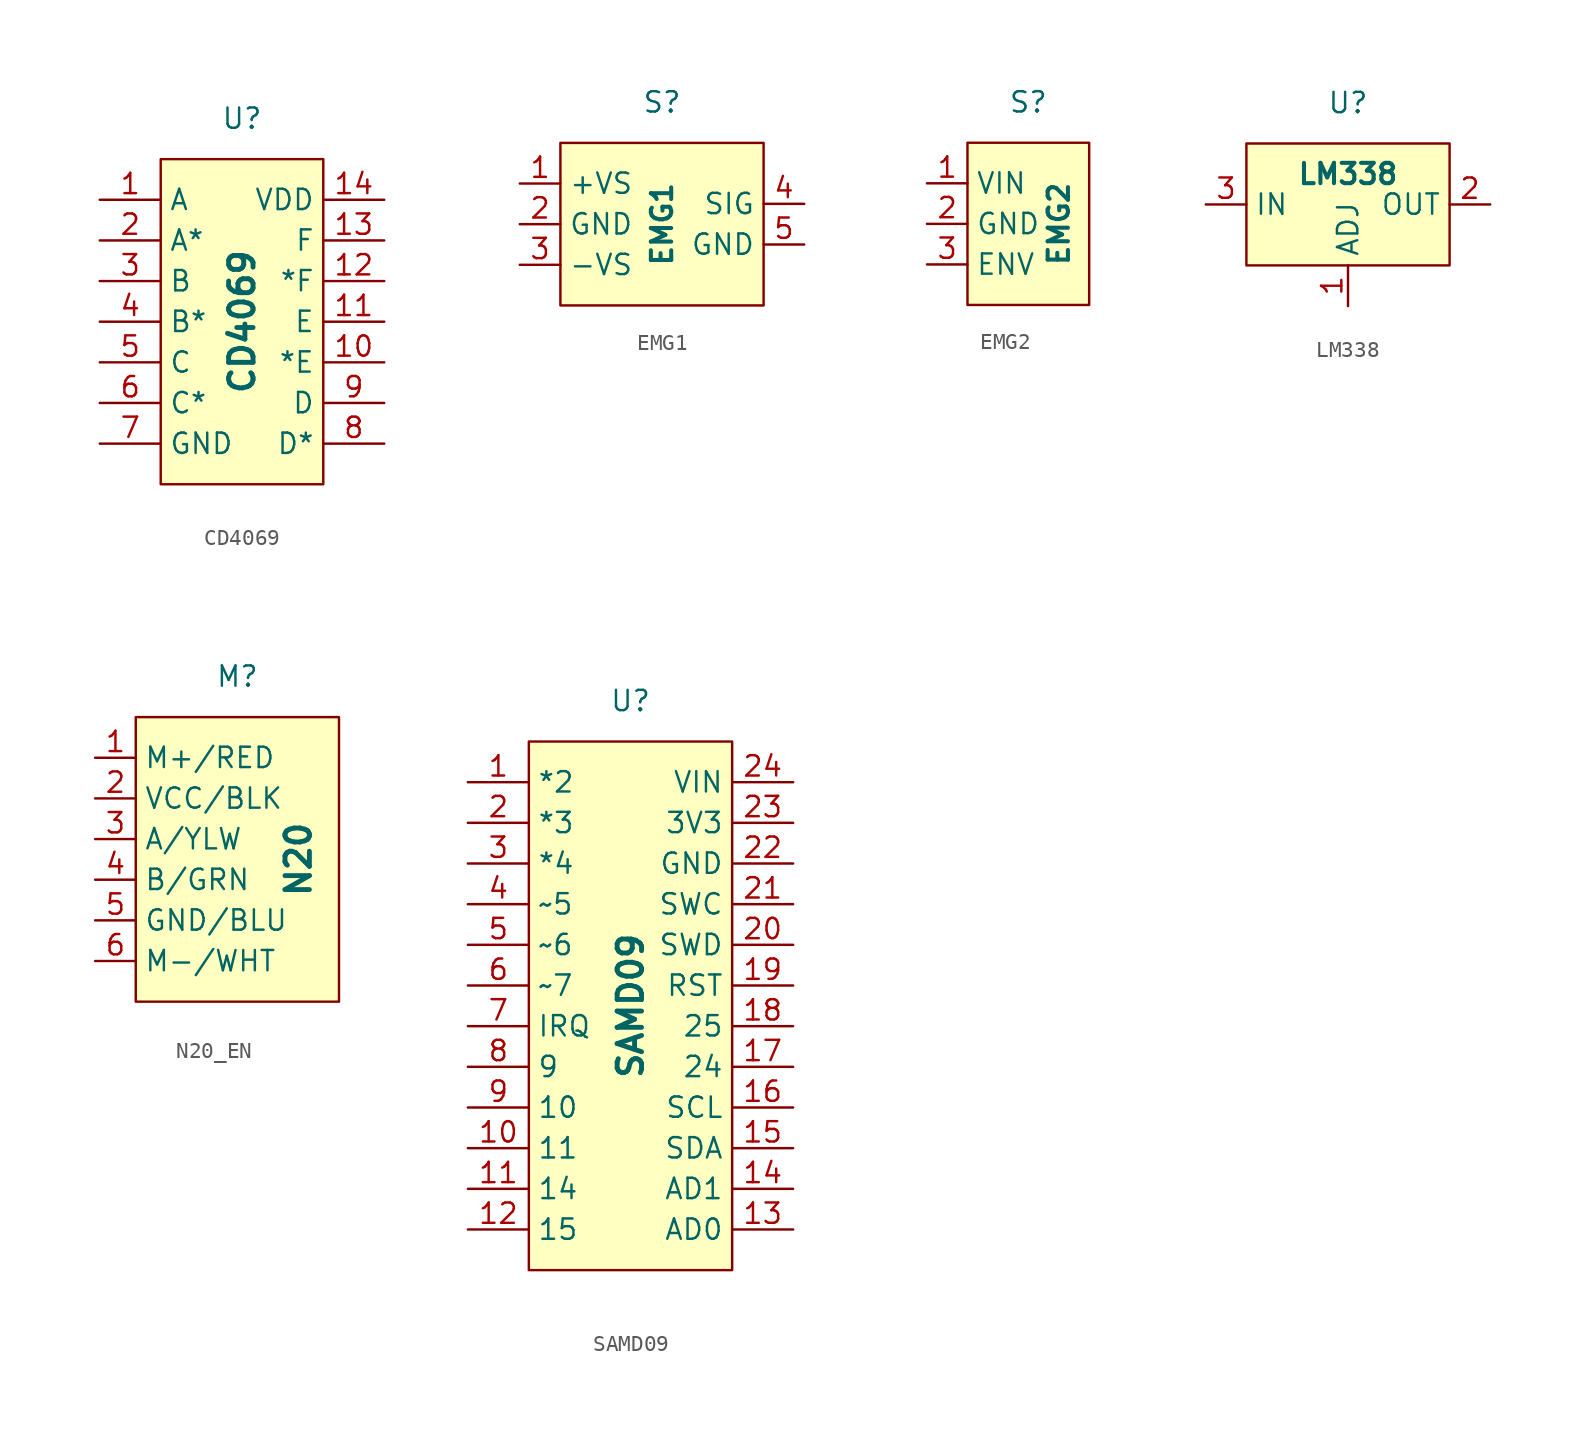
<source format=kicad_sym>
(kicad_symbol_lib
  (version 20231120)
  (generator "kicad_symbol_editor")
  (generator_version "8.0")
  (symbol "CD4069"
    (property "Reference" "U"
      (at 0 12.7 0)
      (effects (font (size 1.27 1.27))))
    (property "Value" "CD4069"
      (at 0 0 90)
      (do_not_autoplace)
      (effects (font (size 1.524 1.524) (bold yes))))
    (symbol "CD4069_1_1"
      (rectangle (start -5.08 10.16) (end 5.08 -10.16) (stroke (width 0) (type default)) (fill (type background)))
      (pin input line (at -8.89 7.62 0) (length 3.81) (name "A" (effects (font (size 1.27 1.27)))) (number "1" (effects (font (size 1.27 1.27)))))
      (pin output line (at 8.89 -2.54 180) (length 3.81) (name "*E" (effects (font (size 1.27 1.27)))) (number "10" (effects (font (size 1.27 1.27)))))
      (pin input line (at 8.89 0 180) (length 3.81) (name "E" (effects (font (size 1.27 1.27)))) (number "11" (effects (font (size 1.27 1.27)))))
      (pin output line (at 8.89 2.54 180) (length 3.81) (name "*F" (effects (font (size 1.27 1.27)))) (number "12" (effects (font (size 1.27 1.27)))))
      (pin input line (at 8.89 5.08 180) (length 3.81) (name "F" (effects (font (size 1.27 1.27)))) (number "13" (effects (font (size 1.27 1.27)))))
      (pin power_in line (at 8.89 7.62 180) (length 3.81) (name "VDD" (effects (font (size 1.27 1.27)))) (number "14" (effects (font (size 1.27 1.27)))))
      (pin output line (at -8.89 5.08 0) (length 3.81) (name "A*" (effects (font (size 1.27 1.27)))) (number "2" (effects (font (size 1.27 1.27)))))
      (pin input line (at -8.89 2.54 0) (length 3.81) (name "B" (effects (font (size 1.27 1.27)))) (number "3" (effects (font (size 1.27 1.27)))))
      (pin output line (at -8.89 0 0) (length 3.81) (name "B*" (effects (font (size 1.27 1.27)))) (number "4" (effects (font (size 1.27 1.27)))))
      (pin input line (at -8.89 -2.54 0) (length 3.81) (name "C" (effects (font (size 1.27 1.27)))) (number "5" (effects (font (size 1.27 1.27)))))
      (pin output line (at -8.89 -5.08 0) (length 3.81) (name "C*" (effects (font (size 1.27 1.27)))) (number "6" (effects (font (size 1.27 1.27)))))
      (pin power_in line (at -8.89 -7.62 0) (length 3.81) (name "GND" (effects (font (size 1.27 1.27)))) (number "7" (effects (font (size 1.27 1.27)))))
      (pin output line (at 8.89 -7.62 180) (length 3.81) (name "D*" (effects (font (size 1.27 1.27)))) (number "8" (effects (font (size 1.27 1.27)))))
      (pin input line (at 8.89 -5.08 180) (length 3.81) (name "D" (effects (font (size 1.27 1.27)))) (number "9" (effects (font (size 1.27 1.27)))))))
  (symbol "EMG1"
    (property "Reference" "S"
      (at 0 7.62 0)
      (effects (font (size 1.27 1.27))))
    (property "Value" "EMG1"
      (at 0 0 90)
      (do_not_autoplace)
      (effects (font (size 1.27 1.27) (bold yes))))
    (symbol "EMG1_0_0"
      (pin power_in line (at -8.89 2.54 0) (length 2.54) (name "+VS" (effects (font (size 1.27 1.27)))) (number "1" (effects (font (size 1.27 1.27)))))
      (pin power_in line (at -8.89 0 0) (length 2.54) (name "GND" (effects (font (size 1.27 1.27)))) (number "2" (effects (font (size 1.27 1.27)))))
      (pin power_in line (at -8.89 -2.54 0) (length 2.54) (name "-VS" (effects (font (size 1.27 1.27)))) (number "3" (effects (font (size 1.27 1.27)))))
      (pin output line (at 8.89 1.27 180) (length 2.54) (name "SIG" (effects (font (size 1.27 1.27)))) (number "4" (effects (font (size 1.27 1.27)))))
      (pin power_in line (at 8.89 -1.27 180) (length 2.54) (name "GND" (effects (font (size 1.27 1.27)))) (number "5" (effects (font (size 1.27 1.27))))))
    (symbol "EMG1_1_1"
      (rectangle (start -6.35 5.08) (end 6.35 -5.08) (stroke (width 0) (type default)) (fill (type background)))))
  (symbol "EMG2"
    (property "Reference" "S"
      (at 0 7.62 0)
      (effects (font (size 1.27 1.27))))
    (property "Value" "EMG2"
      (at 1.905 0 90)
      (do_not_autoplace)
      (effects (font (size 1.27 1.27) (bold yes))))
    (symbol "EMG2_0_0"
      (pin power_in line (at -6.35 2.54 0) (length 2.54) (name "VIN" (effects (font (size 1.27 1.27)))) (number "1" (effects (font (size 1.27 1.27)))))
      (pin power_in line (at -6.35 0 0) (length 2.54) (name "GND" (effects (font (size 1.27 1.27)))) (number "2" (effects (font (size 1.27 1.27)))))
      (pin output line (at -6.35 -2.54 0) (length 2.54) (name "ENV" (effects (font (size 1.27 1.27)))) (number "3" (effects (font (size 1.27 1.27))))))
    (symbol "EMG2_1_1"
      (rectangle (start -3.81 5.08) (end 3.81 -5.08) (stroke (width 0) (type default)) (fill (type background)))))
  (symbol "LM338"
    (property "Reference" "U"
      (at 0 6.35 0)
      (effects (font (size 1.27 1.27))))
    (property "Value" "LM338"
      (at 0 1.905 0)
      (do_not_autoplace)
      (effects (font (size 1.27 1.27) (bold yes))))
    (symbol "LM338_0_0"
      (pin input line (at 0 -6.35 90) (length 2.54) (name "ADJ" (effects (font (size 1.27 1.27)))) (number "1" (effects (font (size 1.27 1.27))))))
    (symbol "LM338_1_0"
      (pin passive line (at 8.89 0 180) (length 2.54) (name "OUT" (effects (font (size 1.27 1.27)))) (number "2" (effects (font (size 1.27 1.27)))))
      (pin power_in line (at -8.89 0 0) (length 2.54) (name "IN" (effects (font (size 1.27 1.27)))) (number "3" (effects (font (size 1.27 1.27))))))
    (symbol "LM338_1_1"
      (rectangle (start -6.35 3.81) (end 6.35 -3.81) (stroke (width 0) (type default)) (fill (type background)))))
  (symbol "N20_EN"
    (property "Reference" "M"
      (at 0 11.43 0)
      (do_not_autoplace)
      (effects (font (size 1.27 1.27))))
    (property "Value" "N20"
      (at 3.81 0 90)
      (do_not_autoplace)
      (effects (font (size 1.524 1.524) (bold yes))))
    (symbol "N20_EN_0_0"
      (pin power_in line (at -8.89 3.81 0) (length 2.54) (name "VCC/BLK" (effects (font (size 1.27 1.27)))) (number "2" (effects (font (size 1.27 1.27)))))
      (pin output line (at -8.89 1.27 0) (length 2.54) (name "A/YLW" (effects (font (size 1.27 1.27)))) (number "3" (effects (font (size 1.27 1.27)))))
      (pin output line (at -8.89 -1.27 0) (length 2.54) (name "B/GRN" (effects (font (size 1.27 1.27)))) (number "4" (effects (font (size 1.27 1.27)))))
      (pin power_in line (at -8.89 -3.81 0) (length 2.54) (name "GND/BLU" (effects (font (size 1.27 1.27)))) (number "5" (effects (font (size 1.27 1.27))))))
    (symbol "N20_EN_1_0"
      (pin input line (at -8.89 6.35 0) (length 2.54) (name "M+/RED" (effects (font (size 1.27 1.27)))) (number "1" (effects (font (size 1.27 1.27)))))
      (pin input line (at -8.89 -6.35 0) (length 2.54) (name "M-/WHT" (effects (font (size 1.27 1.27)))) (number "6" (effects (font (size 1.27 1.27))))))
    (symbol "N20_EN_1_1"
      (rectangle (start -6.35 8.89) (end 6.35 -8.89) (stroke (width 0) (type default)) (fill (type background)))))
  (symbol "SAMD09"
    (property "Reference" "U"
      (at 0 19.05 0)
      (effects (font (size 1.27 1.27))))
    (property "Value" "SAMD09"
      (at 0 0 90)
      (do_not_autoplace)
      (effects (font (size 1.524 1.524) (bold yes))))
    (symbol "SAMD09_1_1"
      (rectangle (start -6.35 16.51) (end 6.35 -16.51) (stroke (width 0) (type default)) (fill (type background)))
      (pin input line (at -10.16 13.97 0) (length 3.81) (name "*2" (effects (font (size 1.27 1.27)))) (number "1" (effects (font (size 1.27 1.27)))))
      (pin bidirectional line (at -10.16 -8.89 0) (length 3.81) (name "11" (effects (font (size 1.27 1.27)))) (number "10" (effects (font (size 1.27 1.27)))))
      (pin bidirectional line (at -10.16 -11.43 0) (length 3.81) (name "14" (effects (font (size 1.27 1.27)))) (number "11" (effects (font (size 1.27 1.27)))))
      (pin bidirectional line (at -10.16 -13.97 0) (length 3.81) (name "15" (effects (font (size 1.27 1.27)))) (number "12" (effects (font (size 1.27 1.27)))))
      (pin input line (at 10.16 -13.97 180) (length 3.81) (name "AD0" (effects (font (size 1.27 1.27)))) (number "13" (effects (font (size 1.27 1.27)))))
      (pin input line (at 10.16 -11.43 180) (length 3.81) (name "AD1" (effects (font (size 1.27 1.27)))) (number "14" (effects (font (size 1.27 1.27)))))
      (pin bidirectional line (at 10.16 -8.89 180) (length 3.81) (name "SDA" (effects (font (size 1.27 1.27)))) (number "15" (effects (font (size 1.27 1.27)))))
      (pin bidirectional line (at 10.16 -6.35 180) (length 3.81) (name "SCL" (effects (font (size 1.27 1.27)))) (number "16" (effects (font (size 1.27 1.27)))))
      (pin bidirectional line (at 10.16 -3.81 180) (length 3.81) (name "24" (effects (font (size 1.27 1.27)))) (number "17" (effects (font (size 1.27 1.27)))))
      (pin bidirectional line (at 10.16 -1.27 180) (length 3.81) (name "25" (effects (font (size 1.27 1.27)))) (number "18" (effects (font (size 1.27 1.27)))))
      (pin input line (at 10.16 1.27 180) (length 3.81) (name "RST" (effects (font (size 1.27 1.27)))) (number "19" (effects (font (size 1.27 1.27)))))
      (pin input line (at -10.16 11.43 0) (length 3.81) (name "*3" (effects (font (size 1.27 1.27)))) (number "2" (effects (font (size 1.27 1.27)))))
      (pin input line (at 10.16 3.81 180) (length 3.81) (name "SWD" (effects (font (size 1.27 1.27)))) (number "20" (effects (font (size 1.27 1.27)))))
      (pin input line (at 10.16 6.35 180) (length 3.81) (name "SWC" (effects (font (size 1.27 1.27)))) (number "21" (effects (font (size 1.27 1.27)))))
      (pin power_in line (at 10.16 8.89 180) (length 3.81) (name "GND" (effects (font (size 1.27 1.27)))) (number "22" (effects (font (size 1.27 1.27)))))
      (pin power_out line (at 10.16 11.43 180) (length 3.81) (name "3V3" (effects (font (size 1.27 1.27)))) (number "23" (effects (font (size 1.27 1.27)))))
      (pin power_in line (at 10.16 13.97 180) (length 3.81) (name "VIN" (effects (font (size 1.27 1.27)))) (number "24" (effects (font (size 1.27 1.27)))))
      (pin input line (at -10.16 8.89 0) (length 3.81) (name "*4" (effects (font (size 1.27 1.27)))) (number "3" (effects (font (size 1.27 1.27)))))
      (pin output line (at -10.16 6.35 0) (length 3.81) (name "~5" (effects (font (size 1.27 1.27)))) (number "4" (effects (font (size 1.27 1.27)))))
      (pin output line (at -10.16 3.81 0) (length 3.81) (name "~6" (effects (font (size 1.27 1.27)))) (number "5" (effects (font (size 1.27 1.27)))))
      (pin output line (at -10.16 1.27 0) (length 3.81) (name "~7" (effects (font (size 1.27 1.27)))) (number "6" (effects (font (size 1.27 1.27)))))
      (pin output line (at -10.16 -1.27 0) (length 3.81) (name "IRQ" (effects (font (size 1.27 1.27)))) (number "7" (effects (font (size 1.27 1.27)))))
      (pin bidirectional line (at -10.16 -3.81 0) (length 3.81) (name "9" (effects (font (size 1.27 1.27)))) (number "8" (effects (font (size 1.27 1.27)))))
      (pin bidirectional line (at -10.16 -6.35 0) (length 3.81) (name "10" (effects (font (size 1.27 1.27)))) (number "9" (effects (font (size 1.27 1.27))))))))
</source>
